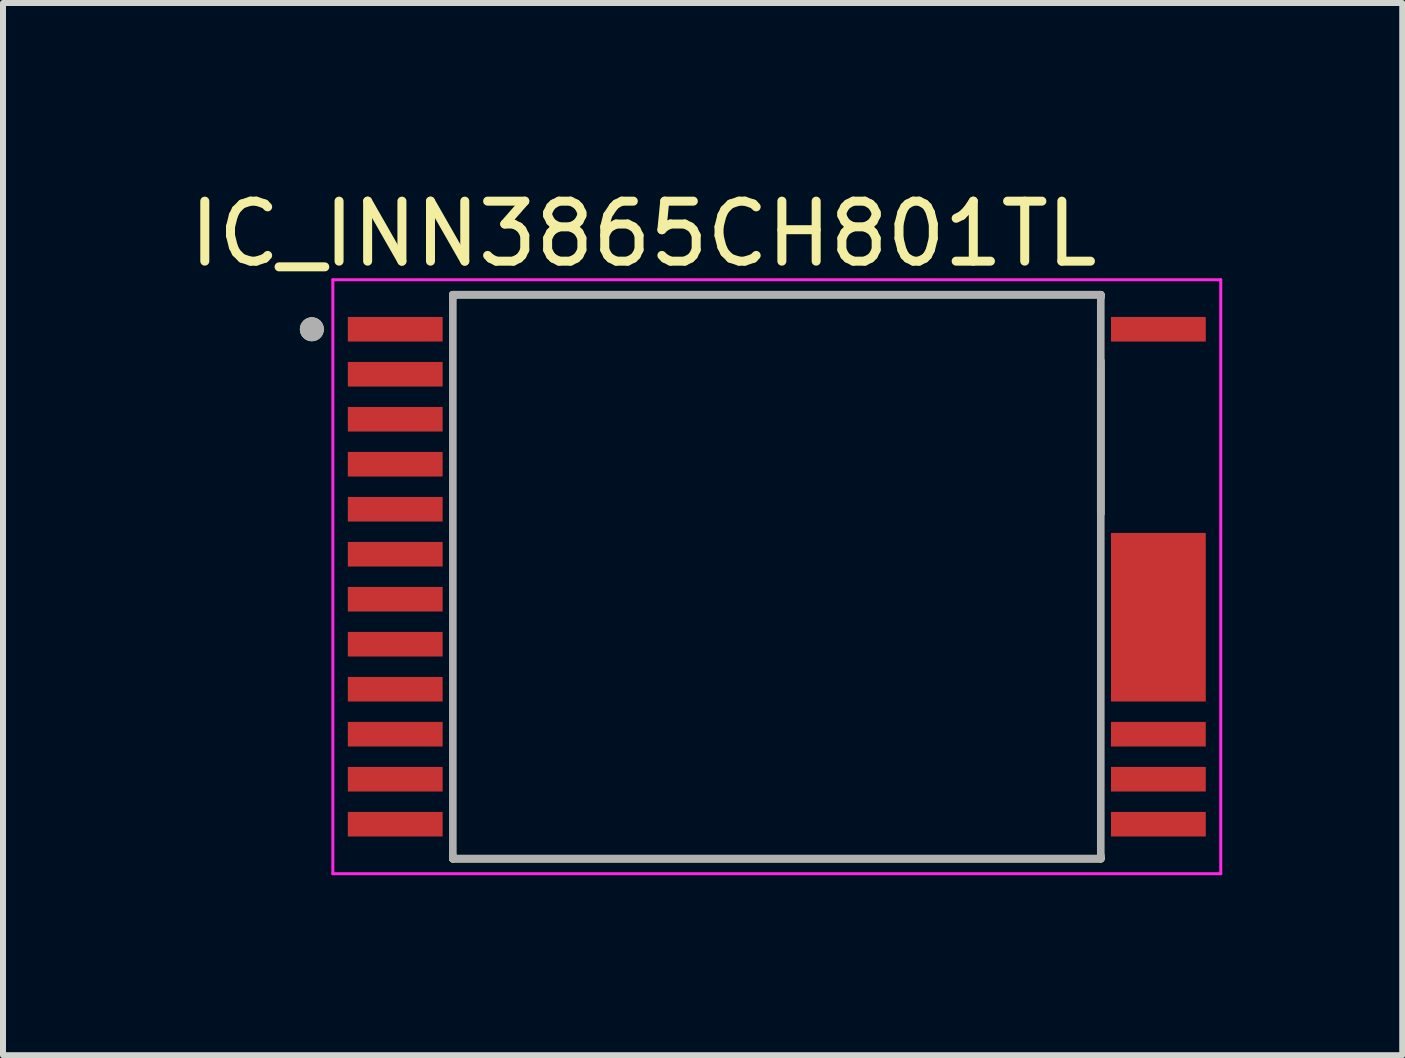
<source format=kicad_pcb>
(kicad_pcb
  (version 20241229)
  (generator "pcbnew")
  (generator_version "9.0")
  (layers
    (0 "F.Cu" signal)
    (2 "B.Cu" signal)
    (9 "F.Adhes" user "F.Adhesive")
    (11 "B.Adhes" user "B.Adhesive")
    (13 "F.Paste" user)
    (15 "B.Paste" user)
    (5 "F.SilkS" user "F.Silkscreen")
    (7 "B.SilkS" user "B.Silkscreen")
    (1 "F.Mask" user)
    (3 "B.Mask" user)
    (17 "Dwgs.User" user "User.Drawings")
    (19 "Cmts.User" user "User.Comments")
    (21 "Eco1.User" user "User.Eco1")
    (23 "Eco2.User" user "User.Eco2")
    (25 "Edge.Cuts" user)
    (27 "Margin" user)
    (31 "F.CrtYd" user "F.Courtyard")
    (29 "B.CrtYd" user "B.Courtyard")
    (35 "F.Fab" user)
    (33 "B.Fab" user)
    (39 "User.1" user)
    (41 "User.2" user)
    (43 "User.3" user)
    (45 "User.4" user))
  (footprint "IC_INN3865CH801TL"
    (layer "F.Cu")
    (at 9.898 6.563)
    (property "Reference" "IC_INN3865CH801TL" (at -2.225 -5.715 0) (layer "F.SilkS") (effects (font (size 1 1) (thickness 0.15))))
    (attr smd)
    (fp_line (start -5.4 -4.7) (end 5.4 -4.7) (stroke (width 0.127) (type solid)) (layer "F.SilkS"))
    (fp_line (start -5.4 -4.65) (end -5.4 -4.7) (stroke (width 0.127) (type solid)) (layer "F.SilkS"))
    (fp_line (start -5.4 4.7) (end -5.4 4.65) (stroke (width 0.127) (type solid)) (layer "F.SilkS"))
    (fp_line (start 5.4 -4.7) (end 5.4 -4.65) (stroke (width 0.127) (type solid)) (layer "F.SilkS"))
    (fp_line (start 5.4 -3.6) (end 5.4 -1.05) (stroke (width 0.127) (type solid)) (layer "F.SilkS"))
    (fp_line (start 5.4 4.7) (end -5.4 4.7) (stroke (width 0.127) (type solid)) (layer "F.SilkS"))
    (fp_line (start 5.4 4.7) (end 5.4 4.65) (stroke (width 0.127) (type solid)) (layer "F.SilkS"))
    (fp_circle (center -7.75 -4.125) (end -7.65 -4.125) (stroke (width 0.2) (type solid)) (fill no) (layer "F.SilkS"))
    (fp_line (start -7.4 -4.95) (end -7.4 4.95) (stroke (width 0.05) (type solid)) (layer "F.CrtYd"))
    (fp_line (start -7.4 4.95) (end 7.4 4.95) (stroke (width 0.05) (type solid)) (layer "F.CrtYd"))
    (fp_line (start 7.4 -4.95) (end -7.4 -4.95) (stroke (width 0.05) (type solid)) (layer "F.CrtYd"))
    (fp_line (start 7.4 4.95) (end 7.4 -4.95) (stroke (width 0.05) (type solid)) (layer "F.CrtYd"))
    (fp_line (start -5.4 -4.7) (end 5.4 -4.7) (stroke (width 0.127) (type solid)) (layer "F.Fab"))
    (fp_line (start -5.4 4.7) (end -5.4 -4.7) (stroke (width 0.127) (type solid)) (layer "F.Fab"))
    (fp_line (start 5.4 -4.7) (end 5.4 4.7) (stroke (width 0.127) (type solid)) (layer "F.Fab"))
    (fp_line (start 5.4 4.7) (end -5.4 4.7) (stroke (width 0.127) (type solid)) (layer "F.Fab"))
    (fp_circle (center -7.75 -4.125) (end -7.65 -4.125) (stroke (width 0.2) (type solid)) (fill no) (layer "F.Fab"))
    (pad "1" smd rect (at -6.36 -4.125) (size 1.58 0.41) (layers "F.Cu" "F.Mask" "F.Paste"))
    (pad "2" smd rect (at -6.36 -3.375) (size 1.58 0.41) (layers "F.Cu" "F.Mask" "F.Paste"))
    (pad "3" smd rect (at -6.36 -2.625) (size 1.58 0.41) (layers "F.Cu" "F.Mask" "F.Paste"))
    (pad "4" smd rect (at -6.36 -1.875) (size 1.58 0.41) (layers "F.Cu" "F.Mask" "F.Paste"))
    (pad "5" smd rect (at -6.36 -1.125) (size 1.58 0.41) (layers "F.Cu" "F.Mask" "F.Paste"))
    (pad "6" smd rect (at -6.36 -0.375) (size 1.58 0.41) (layers "F.Cu" "F.Mask" "F.Paste"))
    (pad "7" smd rect (at -6.36 0.375) (size 1.58 0.41) (layers "F.Cu" "F.Mask" "F.Paste"))
    (pad "8" smd rect (at -6.36 1.125) (size 1.58 0.41) (layers "F.Cu" "F.Mask" "F.Paste"))
    (pad "9" smd rect (at -6.36 1.875) (size 1.58 0.41) (layers "F.Cu" "F.Mask" "F.Paste"))
    (pad "10" smd rect (at -6.36 2.625) (size 1.58 0.41) (layers "F.Cu" "F.Mask" "F.Paste"))
    (pad "11" smd rect (at -6.36 3.375) (size 1.58 0.41) (layers "F.Cu" "F.Mask" "F.Paste"))
    (pad "12" smd rect (at -6.36 4.125) (size 1.58 0.41) (layers "F.Cu" "F.Mask" "F.Paste"))
    (pad "13" smd rect (at 6.36 4.125) (size 1.58 0.41) (layers "F.Cu" "F.Mask" "F.Paste"))
    (pad "14" smd rect (at 6.36 3.375) (size 1.58 0.41) (layers "F.Cu" "F.Mask" "F.Paste"))
    (pad "15" smd rect (at 6.36 2.625) (size 1.58 0.41) (layers "F.Cu" "F.Mask" "F.Paste"))
    (pad "16_19" smd rect (at 6.36 0.675) (size 1.58 2.81) (layers "F.Cu" "F.Mask" "F.Paste"))
    (pad "24" smd rect (at 6.36 -4.125) (size 1.58 0.41) (layers "F.Cu" "F.Mask" "F.Paste")))
  (gr_rect
    (start -3 -3)
    (end 20.323 14.538)
    (stroke (width 0.1) (type default))
    (fill no)
    (layer "Edge.Cuts")))
</source>
